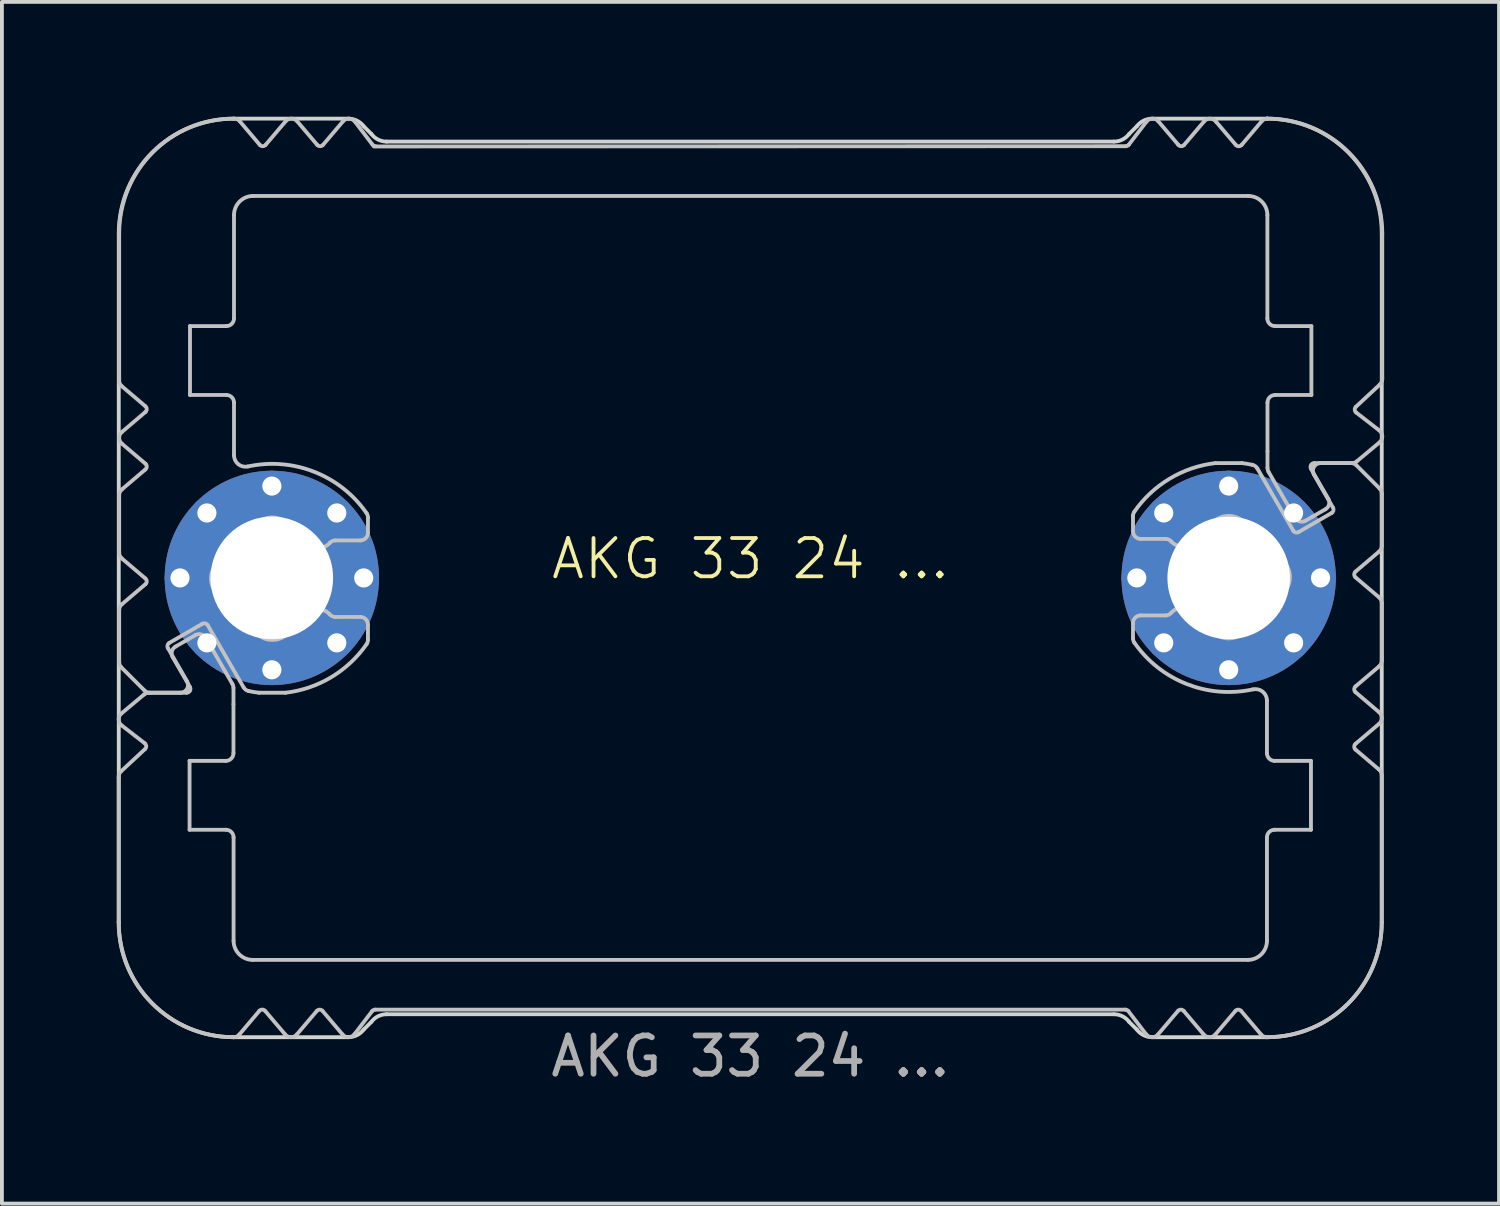
<source format=kicad_pcb>
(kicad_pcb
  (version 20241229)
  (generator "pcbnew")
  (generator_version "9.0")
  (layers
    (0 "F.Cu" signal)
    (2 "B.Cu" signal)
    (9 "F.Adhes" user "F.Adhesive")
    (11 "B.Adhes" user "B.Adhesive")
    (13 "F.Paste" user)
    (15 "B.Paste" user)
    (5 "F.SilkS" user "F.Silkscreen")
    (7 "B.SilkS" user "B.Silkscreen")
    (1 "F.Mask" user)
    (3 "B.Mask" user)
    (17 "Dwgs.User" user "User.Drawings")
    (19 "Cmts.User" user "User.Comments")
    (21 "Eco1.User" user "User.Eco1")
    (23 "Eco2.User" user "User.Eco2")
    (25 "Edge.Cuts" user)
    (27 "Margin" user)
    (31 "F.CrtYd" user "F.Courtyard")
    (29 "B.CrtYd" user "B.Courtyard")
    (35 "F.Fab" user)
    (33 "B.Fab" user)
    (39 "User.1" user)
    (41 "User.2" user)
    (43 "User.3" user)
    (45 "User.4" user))
  (footprint "AKG 33 24 ..."
    (layer "F.Cu")
    (at 16.553 12.05)
    (property "Reference" "AKG 33 24 ..." (at 0 -0.5 0) (unlocked yes) (layer "F.SilkS") (effects (font (size 1 1) (thickness 0.1))))
    (attr exclude_from_pos_files dnp)
    (fp_poly (pts (xy -9.846 -11.3) (xy 0.054 -11.3) (xy 0.054 -10) (xy -13.446 -10) (xy -13.446 -12) (xy -12.746 -11.2) (xy -11.996 -12) (xy -11.246 -11.2) (xy -10.496 -12)) (stroke (width 0.1) (type solid)) (fill yes) (layer "B.Mask"))
    (fp_poly (pts (xy -9.846 11.3) (xy 0.054 11.3) (xy 0.054 10) (xy -13.446 10) (xy -13.446 12) (xy -12.746 11.2) (xy -11.996 12) (xy -11.246 11.2) (xy -10.496 12)) (stroke (width 0.1) (type solid)) (fill yes) (layer "B.Mask"))
    (fp_poly (pts (xy 9.854 -11.3) (xy -0.046 -11.3) (xy -0.046 -10) (xy 13.454 -10) (xy 13.454 -12) (xy 12.754 -11.2) (xy 12.004 -12) (xy 11.254 -11.2) (xy 10.504 -12)) (stroke (width 0.1) (type solid)) (fill yes) (layer "B.Mask"))
    (fp_poly (pts (xy 9.854 11.3) (xy -0.046 11.3) (xy -0.046 10) (xy 13.454 10) (xy 13.454 12) (xy 12.754 11.2) (xy 12.004 12) (xy 11.254 11.2) (xy 10.504 12)) (stroke (width 0.1) (type solid)) (fill yes) (layer "B.Mask"))
    (fp_poly (pts (xy -13.546 -6.7) (xy -14.646 -6.7) (xy -14.646 -4.7) (xy -13.546 -4.7) (xy -13.546 0.1) (xy -15.646 0.1) (xy -16.446 -0.6) (xy -16.446 -2.2) (xy -15.546 -2.9) (xy -16.446 -3.7) (xy -15.646 -4.4) (xy -16.446 -5.1) (xy -16.446 -12) (xy -13.546 -12)) (stroke (width 0.1) (type solid)) (fill yes) (layer "B.Mask"))
    (fp_poly (pts (xy -13.546 6.7) (xy -14.646 6.7) (xy -14.646 4.7) (xy -13.546 4.7) (xy -13.546 0.1) (xy -15.646 0.1) (xy -16.446 0.8) (xy -16.446 2.2) (xy -15.646 3) (xy -16.446 3.7) (xy -15.646 4.4) (xy -16.446 5.1) (xy -16.446 12) (xy -13.546 12)) (stroke (width 0.1) (type solid)) (fill yes) (layer "B.Mask"))
    (fp_poly (pts (xy 13.554 -6.7) (xy 14.654 -6.7) (xy 14.654 -4.7) (xy 13.554 -4.7) (xy 13.554 -0.1) (xy 15.654 -0.1) (xy 16.454 -0.8) (xy 16.454 -2.2) (xy 15.654 -3) (xy 16.454 -3.7) (xy 15.654 -4.4) (xy 16.454 -5.1) (xy 16.454 -12) (xy 13.554 -12)) (stroke (width 0.1) (type solid)) (fill yes) (layer "B.Mask"))
    (fp_poly (pts (xy 13.554 6.7) (xy 14.654 6.7) (xy 14.654 4.7) (xy 13.554 4.7) (xy 13.554 -0.1) (xy 15.654 -0.1) (xy 16.454 0.6) (xy 16.454 2.2) (xy 15.554 2.9) (xy 16.454 3.7) (xy 15.654 4.4) (xy 16.454 5.1) (xy 16.454 12) (xy 13.554 12)) (stroke (width 0.1) (type solid)) (fill yes) (layer "B.Mask"))
    (fp_line (start -16.502 9) (end -16.502 5.214) (stroke (width 0.1) (type solid)) (layer "Dwgs.User"))
    (fp_line (start -16.489 -0.66) (end -16.489 -2.16) (stroke (width 0.1) (type solid)) (layer "Dwgs.User"))
    (fp_line (start -16.489 2.197) (end -16.489 0.84) (stroke (width 0.1) (type solid)) (layer "Dwgs.User"))
    (fp_line (start -16.489 -5.171) (end -16.489 -9) (stroke (width 0.1) (type solid)) (layer "Dwgs.User"))
    (fp_line (start -16.439 5.053) (end -15.815 4.473) (stroke (width 0.1) (type solid)) (layer "Dwgs.User"))
    (fp_line (start -16.433 3.543) (end -15.839 3.046) (stroke (width 0.1) (type solid)) (layer "Dwgs.User"))
    (fp_line (start -16.419 -3.812) (end -15.805 -4.334) (stroke (width 0.1) (type solid)) (layer "Dwgs.User"))
    (fp_line (start -16.419 -2.312) (end -15.805 -2.834) (stroke (width 0.1) (type solid)) (layer "Dwgs.User"))
    (fp_line (start -16.419 0.688) (end -15.805 0.166) (stroke (width 0.1) (type solid)) (layer "Dwgs.User"))
    (fp_line (start -15.828 2.941) (end -16.431 2.339) (stroke (width 0.1) (type solid)) (layer "Dwgs.User"))
    (fp_line (start -15.822 4.321) (end -16.425 3.853) (stroke (width 0.1) (type solid)) (layer "Dwgs.User"))
    (fp_line (start -15.805 -4.486) (end -16.419 -5.008) (stroke (width 0.1) (type solid)) (layer "Dwgs.User"))
    (fp_line (start -15.805 -2.986) (end -16.419 -3.508) (stroke (width 0.1) (type solid)) (layer "Dwgs.User"))
    (fp_line (start -15.805 0.014) (end -16.419 -0.508) (stroke (width 0.1) (type solid)) (layer "Dwgs.User"))
    (fp_line (start -15.71 3) (end -14.727 3) (stroke (width 0.1) (type solid)) (layer "Dwgs.User"))
    (fp_line (start -15.216 1.834) (end -14.716 2.7) (stroke (width 0.1) (type solid)) (layer "Dwgs.User"))
    (fp_line (start -15.018 1.795) (end -14.683 1.602) (stroke (width 0.1) (type solid)) (layer "Dwgs.User"))
    (fp_line (start -14.889 3) (end -15.686 3) (stroke (width 0.1) (type solid)) (layer "Dwgs.User"))
    (fp_line (start -14.683 1.602) (end -14.499 1.495) (stroke (width 0.1) (type solid)) (layer "Dwgs.User"))
    (fp_line (start -14.65 4.78) (end -14.65 6.58) (stroke (width 0.1) (type solid)) (layer "Dwgs.User"))
    (fp_line (start -14.65 6.58) (end -13.7 6.58) (stroke (width 0.1) (type solid)) (layer "Dwgs.User"))
    (fp_line (start -14.64 2.85) (end -15.092 2.068) (stroke (width 0.1) (type solid)) (layer "Dwgs.User"))
    (fp_line (start -14.639 -6.58) (end -14.639 -4.78) (stroke (width 0.1) (type solid)) (layer "Dwgs.User"))
    (fp_line (start -14.639 -4.78) (end -13.689 -4.78) (stroke (width 0.1) (type solid)) (layer "Dwgs.User"))
    (fp_line (start -14.313 1.197) (end -15.179 1.697) (stroke (width 0.1) (type solid)) (layer "Dwgs.User"))
    (fp_line (start -14.225 1.568) (end -13.53 2.773) (stroke (width 0.1) (type solid)) (layer "Dwgs.User"))
    (fp_line (start -13.703 4.78) (end -14.65 4.78) (stroke (width 0.1) (type solid)) (layer "Dwgs.User"))
    (fp_line (start -13.689 -6.58) (end -14.639 -6.58) (stroke (width 0.1) (type solid)) (layer "Dwgs.User"))
    (fp_line (start -13.503 2.873) (end -13.503 3.3) (stroke (width 0.1) (type solid)) (layer "Dwgs.User"))
    (fp_line (start -13.503 3.305) (end -13.503 4.58) (stroke (width 0.1) (type solid)) (layer "Dwgs.User"))
    (fp_line (start -13.502 12) (end -13.502 12) (stroke (width 0.1) (type solid)) (layer "Dwgs.User"))
    (fp_line (start -13.501 12) (end -13.502 12) (stroke (width 0.1) (type solid)) (layer "Dwgs.User"))
    (fp_line (start -13.5 6.78) (end -13.5 9.48) (stroke (width 0.1) (type solid)) (layer "Dwgs.User"))
    (fp_line (start -13.489 -9.48) (end -13.489 -6.78) (stroke (width 0.1) (type solid)) (layer "Dwgs.User"))
    (fp_line (start -13.489 -4.58) (end -13.489 -3.205) (stroke (width 0.1) (type solid)) (layer "Dwgs.User"))
    (fp_line (start -13.336 -11.929) (end -12.815 -11.315) (stroke (width 0.1) (type solid)) (layer "Dwgs.User"))
    (fp_line (start -13.238 2.86) (end -14.177 1.234) (stroke (width 0.1) (type solid)) (layer "Dwgs.User"))
    (fp_line (start -13 9.98) (end 13 9.98) (stroke (width 0.1) (type solid)) (layer "Dwgs.User"))
    (fp_line (start -12.829 11.315) (end -13.349 11.929) (stroke (width 0.1) (type solid)) (layer "Dwgs.User"))
    (fp_line (start -12.663 -11.315) (end -12.142 -11.929) (stroke (width 0.1) (type solid)) (layer "Dwgs.User"))
    (fp_line (start -12.164 11.914) (end -12.674 11.315) (stroke (width 0.1) (type solid)) (layer "Dwgs.User"))
    (fp_line (start -12.143 3) (end -12.835 3) (stroke (width 0.1) (type solid)) (layer "Dwgs.User"))
    (fp_line (start -11.837 -11.929) (end -11.315 -11.315) (stroke (width 0.1) (type solid)) (layer "Dwgs.User"))
    (fp_line (start -11.326 11.315) (end -11.848 11.929) (stroke (width 0.1) (type solid)) (layer "Dwgs.User"))
    (fp_line (start -11.163 -11.315) (end -10.642 -11.929) (stroke (width 0.1) (type solid)) (layer "Dwgs.User"))
    (fp_line (start -10.838 1.02) (end -10.189 1.02) (stroke (width 0.1) (type solid)) (layer "Dwgs.User"))
    (fp_line (start -10.653 11.929) (end -11.174 11.315) (stroke (width 0.1) (type solid)) (layer "Dwgs.User"))
    (fp_line (start -10.33 -11.922) (end -9.869 -11.319) (stroke (width 0.1) (type solid)) (layer "Dwgs.User"))
    (fp_line (start -10.189 -0.98) (end -10.838 -0.98) (stroke (width 0.1) (type solid)) (layer "Dwgs.User"))
    (fp_line (start -9.989 -1.577) (end -9.989 -1.18) (stroke (width 0.1) (type solid)) (layer "Dwgs.User"))
    (fp_line (start -9.989 1.22) (end -9.989 1.617) (stroke (width 0.1) (type solid)) (layer "Dwgs.User"))
    (fp_line (start -9.879 11.319) (end -10.341 11.922) (stroke (width 0.1) (type solid)) (layer "Dwgs.User"))
    (fp_line (start -9.833 -11.273) (end 9.811 -11.28) (stroke (width 0.1) (type solid)) (layer "Dwgs.User"))
    (fp_line (start 9.8 11.28) (end -9.8 11.28) (stroke (width 0.1) (type solid)) (layer "Dwgs.User"))
    (fp_line (start 9.89 -11.319) (end 10.352 -11.922) (stroke (width 0.1) (type solid)) (layer "Dwgs.User"))
    (fp_line (start 10 -1.22) (end 10 -1.617) (stroke (width 0.1) (type solid)) (layer "Dwgs.User"))
    (fp_line (start 10 1.577) (end 10 1.18) (stroke (width 0.1) (type solid)) (layer "Dwgs.User"))
    (fp_line (start 10.2 0.98) (end 10.849 0.98) (stroke (width 0.1) (type solid)) (layer "Dwgs.User"))
    (fp_line (start 10.341 11.922) (end 9.879 11.319) (stroke (width 0.1) (type solid)) (layer "Dwgs.User"))
    (fp_line (start 10.663 -11.929) (end 11.185 -11.315) (stroke (width 0.1) (type solid)) (layer "Dwgs.User"))
    (fp_line (start 10.849 -1.02) (end 10.2 -1.02) (stroke (width 0.1) (type solid)) (layer "Dwgs.User"))
    (fp_line (start 11.174 11.315) (end 10.652 11.929) (stroke (width 0.1) (type solid)) (layer "Dwgs.User"))
    (fp_line (start 11.337 -11.315) (end 11.858 -11.929) (stroke (width 0.1) (type solid)) (layer "Dwgs.User"))
    (fp_line (start 11.847 11.929) (end 11.326 11.315) (stroke (width 0.1) (type solid)) (layer "Dwgs.User"))
    (fp_line (start 12.154 -3) (end 12.846 -3) (stroke (width 0.1) (type solid)) (layer "Dwgs.User"))
    (fp_line (start 12.175 -11.914) (end 12.685 -11.315) (stroke (width 0.1) (type solid)) (layer "Dwgs.User"))
    (fp_line (start 12.674 11.315) (end 12.152 11.929) (stroke (width 0.1) (type solid)) (layer "Dwgs.User"))
    (fp_line (start 12.84 -11.315) (end 13.36 -11.929) (stroke (width 0.1) (type solid)) (layer "Dwgs.User"))
    (fp_line (start 13.011 -9.98) (end -12.989 -9.98) (stroke (width 0.1) (type solid)) (layer "Dwgs.User"))
    (fp_line (start 13.249 -2.86) (end 14.188 -1.234) (stroke (width 0.1) (type solid)) (layer "Dwgs.User"))
    (fp_line (start 13.346 11.929) (end 12.826 11.315) (stroke (width 0.1) (type solid)) (layer "Dwgs.User"))
    (fp_line (start 13.5 4.58) (end 13.5 3.205) (stroke (width 0.1) (type solid)) (layer "Dwgs.User"))
    (fp_line (start 13.5 9.48) (end 13.5 6.78) (stroke (width 0.1) (type solid)) (layer "Dwgs.User"))
    (fp_line (start 13.511 -6.78) (end 13.511 -9.48) (stroke (width 0.1) (type solid)) (layer "Dwgs.User"))
    (fp_line (start 13.512 -12) (end 13.512 -12) (stroke (width 0.1) (type solid)) (layer "Dwgs.User"))
    (fp_line (start 13.512 -12) (end 13.513 -12) (stroke (width 0.1) (type solid)) (layer "Dwgs.User"))
    (fp_line (start 13.514 -3.305) (end 13.514 -4.58) (stroke (width 0.1) (type solid)) (layer "Dwgs.User"))
    (fp_line (start 13.514 -2.873) (end 13.514 -3.3) (stroke (width 0.1) (type solid)) (layer "Dwgs.User"))
    (fp_line (start 13.7 6.58) (end 14.65 6.58) (stroke (width 0.1) (type solid)) (layer "Dwgs.User"))
    (fp_line (start 13.714 -4.78) (end 14.661 -4.78) (stroke (width 0.1) (type solid)) (layer "Dwgs.User"))
    (fp_line (start 14.236 -1.568) (end 13.541 -2.773) (stroke (width 0.1) (type solid)) (layer "Dwgs.User"))
    (fp_line (start 14.324 -1.197) (end 15.19 -1.697) (stroke (width 0.1) (type solid)) (layer "Dwgs.User"))
    (fp_line (start 14.65 4.78) (end 13.7 4.78) (stroke (width 0.1) (type solid)) (layer "Dwgs.User"))
    (fp_line (start 14.65 6.58) (end 14.65 4.78) (stroke (width 0.1) (type solid)) (layer "Dwgs.User"))
    (fp_line (start 14.651 -2.85) (end 15.102 -2.068) (stroke (width 0.1) (type solid)) (layer "Dwgs.User"))
    (fp_line (start 14.661 -6.58) (end 13.711 -6.58) (stroke (width 0.1) (type solid)) (layer "Dwgs.User"))
    (fp_line (start 14.661 -4.78) (end 14.661 -6.58) (stroke (width 0.1) (type solid)) (layer "Dwgs.User"))
    (fp_line (start 14.694 -1.602) (end 14.509 -1.495) (stroke (width 0.1) (type solid)) (layer "Dwgs.User"))
    (fp_line (start 14.9 -3) (end 15.697 -3) (stroke (width 0.1) (type solid)) (layer "Dwgs.User"))
    (fp_line (start 15.029 -1.795) (end 14.694 -1.602) (stroke (width 0.1) (type solid)) (layer "Dwgs.User"))
    (fp_line (start 15.227 -1.834) (end 14.727 -2.7) (stroke (width 0.1) (type solid)) (layer "Dwgs.User"))
    (fp_line (start 15.721 -3) (end 14.738 -3) (stroke (width 0.1) (type solid)) (layer "Dwgs.User"))
    (fp_line (start 15.815 -0.014) (end 16.429 0.508) (stroke (width 0.1) (type solid)) (layer "Dwgs.User"))
    (fp_line (start 15.815 2.986) (end 16.429 3.508) (stroke (width 0.1) (type solid)) (layer "Dwgs.User"))
    (fp_line (start 15.815 4.486) (end 16.429 5.008) (stroke (width 0.1) (type solid)) (layer "Dwgs.User"))
    (fp_line (start 15.832 -4.321) (end 16.436 -3.853) (stroke (width 0.1) (type solid)) (layer "Dwgs.User"))
    (fp_line (start 15.839 -2.941) (end 16.441 -2.339) (stroke (width 0.1) (type solid)) (layer "Dwgs.User"))
    (fp_line (start 16.429 -0.688) (end 15.815 -0.166) (stroke (width 0.1) (type solid)) (layer "Dwgs.User"))
    (fp_line (start 16.429 2.312) (end 15.815 2.834) (stroke (width 0.1) (type solid)) (layer "Dwgs.User"))
    (fp_line (start 16.429 3.812) (end 15.815 4.334) (stroke (width 0.1) (type solid)) (layer "Dwgs.User"))
    (fp_line (start 16.443 -3.543) (end 15.849 -3.047) (stroke (width 0.1) (type solid)) (layer "Dwgs.User"))
    (fp_line (start 16.45 -5.053) (end 15.826 -4.473) (stroke (width 0.1) (type solid)) (layer "Dwgs.User"))
    (fp_line (start 16.5 5.171) (end 16.499 9) (stroke (width 0.1) (type solid)) (layer "Dwgs.User"))
    (fp_line (start 16.5 -2.197) (end 16.5 -0.84) (stroke (width 0.1) (type solid)) (layer "Dwgs.User"))
    (fp_line (start 16.5 0.66) (end 16.5 2.16) (stroke (width 0.1) (type solid)) (layer "Dwgs.User"))
    (fp_line (start 16.513 -9) (end 16.513 -5.215) (stroke (width 0.1) (type solid)) (layer "Dwgs.User"))
    (fp_arc (start -16.502431 5.214496) (mid -16.48921 5.126511) (end -16.439103 5.05299) (stroke (width 0.1) (type solid)) (layer "Dwgs.User"))
    (fp_arc (start -16.48919 -2.16003) (mid -16.470691 -2.24403) (end -16.418628 -2.312496) (stroke (width 0.1) (type solid)) (layer "Dwgs.User"))
    (fp_arc (start -16.48919 0.83997) (mid -16.470691 0.75597) (end -16.418628 0.687504) (stroke (width 0.1) (type solid)) (layer "Dwgs.User"))
    (fp_arc (start -16.488629 -9.00003) (mid -15.609776 -11.121528) (end -13.488132 -12.00003) (stroke (width 0.1) (type solid)) (layer "Dwgs.User"))
    (fp_arc (start -16.430611 2.338548) (mid -16.473952 2.273658) (end -16.48919 2.197127) (stroke (width 0.1) (type solid)) (layer "Dwgs.User"))
    (fp_arc (start -16.425499 3.853059) (mid -16.502937 3.699538) (end -16.432592 3.542641) (stroke (width 0.1) (type solid)) (layer "Dwgs.User"))
    (fp_arc (start -16.418628 -5.007564) (mid -16.473021 -5.081251) (end -16.488863 -5.171459) (stroke (width 0.1) (type solid)) (layer "Dwgs.User"))
    (fp_arc (start -16.418628 -3.507564) (mid -16.489188 -3.66003) (end -16.418628 -3.812496) (stroke (width 0.1) (type solid)) (layer "Dwgs.User"))
    (fp_arc (start -16.418628 -0.507564) (mid -16.470694 -0.576029) (end -16.48919 -0.66003) (stroke (width 0.1) (type solid)) (layer "Dwgs.User"))
    (fp_arc (start -15.838668 3.046481) (mid -15.778648 3.011946) (end -15.710445 2.99997) (stroke (width 0.1) (type solid)) (layer "Dwgs.User"))
    (fp_arc (start -15.821739 4.320925) (mid -15.783088 4.395508) (end -15.814937 4.473239) (stroke (width 0.1) (type solid)) (layer "Dwgs.User"))
    (fp_arc (start -15.804583 -4.486263) (mid -15.769295 -4.41003) (end -15.804583 -4.333797) (stroke (width 0.1) (type solid)) (layer "Dwgs.User"))
    (fp_arc (start -15.804583 -2.986263) (mid -15.769295 -2.91003) (end -15.804583 -2.833797) (stroke (width 0.1) (type solid)) (layer "Dwgs.User"))
    (fp_arc (start -15.804583 0.013737) (mid -15.769295 0.08997) (end -15.804583 0.166203) (stroke (width 0.1) (type solid)) (layer "Dwgs.User"))
    (fp_arc (start -15.686347 2.99997) (mid -15.762877 2.984729) (end -15.827769 2.941391) (stroke (width 0.1) (type solid)) (layer "Dwgs.User"))
    (fp_arc (start -15.215985 1.833944) (mid -15.225952 1.758068) (end -15.179382 1.697342) (stroke (width 0.1) (type solid)) (layer "Dwgs.User"))
    (fp_arc (start -15.091514 2.068343) (mid -15.111468 1.916586) (end -15.018309 1.795138) (stroke (width 0.1) (type solid)) (layer "Dwgs.User"))
    (fp_arc (start -14.715985 2.69997) (mid -14.715978 2.899974) (end -14.88919 2.99997) (stroke (width 0.1) (type solid)) (layer "Dwgs.User"))
    (fp_arc (start -14.640241 2.84997) (mid -14.640233 2.949974) (end -14.726844 2.99997) (stroke (width 0.1) (type solid)) (layer "Dwgs.User"))
    (fp_arc (start -14.498694 1.495138) (mid -14.346932 1.475166) (end -14.225489 1.568343) (stroke (width 0.1) (type solid)) (layer "Dwgs.User"))
    (fp_arc (start -14.313357 1.197342) (mid -14.237484 1.187387) (end -14.176754 1.233944) (stroke (width 0.1) (type solid)) (layer "Dwgs.User"))
    (fp_arc (start -13.700049 6.57997) (mid -13.558651 6.638572) (end -13.500049 6.77997) (stroke (width 0.1) (type solid)) (layer "Dwgs.User"))
    (fp_arc (start -13.68919 -4.78003) (mid -13.547772 -4.721448) (end -13.48919 -4.58003) (stroke (width 0.1) (type solid)) (layer "Dwgs.User"))
    (fp_arc (start -13.65419 -0.556897) (mid -13.408426 -0.899266) (end -13.066057 -1.14503) (stroke (width 0.1) (type solid)) (layer "Dwgs.User"))
    (fp_arc (start -13.65419 0.596836) (mid -14.08919 0.019969) (end -13.65419 -0.556897) (stroke (width 0.1) (type solid)) (layer "Dwgs.User"))
    (fp_arc (start -13.529787 2.773333) (mid -13.509797 2.821567) (end -13.502992 2.873333) (stroke (width 0.1) (type solid)) (layer "Dwgs.User"))
    (fp_arc (start -13.502992 4.57997) (mid -13.561565 4.721397) (end -13.702992 4.77997) (stroke (width 0.1) (type solid)) (layer "Dwgs.User"))
    (fp_arc (start -13.501935 11.99997) (mid -15.623559 11.121448) (end -16.502431 8.99997) (stroke (width 0.1) (type solid)) (layer "Dwgs.User"))
    (fp_arc (start -13.48919 -9.48003) (mid -13.342738 -9.833578) (end -12.98919 -9.98003) (stroke (width 0.1) (type solid)) (layer "Dwgs.User"))
    (fp_arc (start -13.48919 -6.78003) (mid -13.547762 -6.638602) (end -13.68919 -6.58003) (stroke (width 0.1) (type solid)) (layer "Dwgs.User"))
    (fp_arc (start -13.488132 -12.00003) (mid -13.404059 -11.98147) (end -13.335563 -11.929306) (stroke (width 0.1) (type solid)) (layer "Dwgs.User"))
    (fp_arc (start -13.349192 11.929246) (mid -13.417408 11.9813) (end -13.501161 11.999969) (stroke (width 0.1) (type solid)) (layer "Dwgs.User"))
    (fp_arc (start -13.125554 -2.911761) (mid -13.377487 -2.97138) (end -13.48919 -3.204934) (stroke (width 0.1) (type solid)) (layer "Dwgs.User"))
    (fp_arc (start -13.125554 -2.911761) (mid -11.390142 -2.771458) (end -10.024904 -1.690965) (stroke (width 0.1) (type solid)) (layer "Dwgs.User"))
    (fp_arc (start -13.105732 2.955932) (mid -13.181984 2.922143) (end -13.237834 2.860201) (stroke (width 0.1) (type solid)) (layer "Dwgs.User"))
    (fp_arc (start -13.066057 -1.14503) (mid -12.48919 -1.58003) (end -11.912323 -1.14503) (stroke (width 0.1) (type solid)) (layer "Dwgs.User"))
    (fp_arc (start -13.066057 1.18497) (mid -13.40843 0.939209) (end -13.65419 0.596836) (stroke (width 0.1) (type solid)) (layer "Dwgs.User"))
    (fp_arc (start -13.000049 9.97997) (mid -13.353577 9.833498) (end -13.500049 9.47997) (stroke (width 0.1) (type solid)) (layer "Dwgs.User"))
    (fp_arc (start -12.835022 2.99997) (mid -12.970881 2.981048) (end -13.105732 2.955932) (stroke (width 0.1) (type solid)) (layer "Dwgs.User"))
    (fp_arc (start -12.829121 11.315332) (mid -12.751541 11.278264) (end -12.673885 11.315171) (stroke (width 0.1) (type solid)) (layer "Dwgs.User"))
    (fp_arc (start -12.662951 -11.315318) (mid -12.739181 -11.280019) (end -12.815417 -11.315305) (stroke (width 0.1) (type solid)) (layer "Dwgs.User"))
    (fp_arc (start -12.141667 -11.929455) (mid -11.98919 -12.000029) (end -11.836712 -11.929455) (stroke (width 0.1) (type solid)) (layer "Dwgs.User"))
    (fp_arc (start -11.912323 -1.14503) (mid -11.730199 -1.035459) (end -11.568362 -0.897677) (stroke (width 0.1) (type solid)) (layer "Dwgs.User"))
    (fp_arc (start -11.912323 1.18497) (mid -12.48919 1.61997) (end -13.066057 1.18497) (stroke (width 0.1) (type solid)) (layer "Dwgs.User"))
    (fp_arc (start -11.847571 11.929394) (mid -12.009557 11.999707) (end -12.164131 11.914325) (stroke (width 0.1) (type solid)) (layer "Dwgs.User"))
    (fp_arc (start -11.568362 0.937617) (mid -11.730203 1.075392) (end -11.912323 1.18497) (stroke (width 0.1) (type solid)) (layer "Dwgs.User"))
    (fp_arc (start -11.568362 0.937617) (mid -11.274243 0.820096) (end -10.986888 0.953303) (stroke (width 0.1) (type solid)) (layer "Dwgs.User"))
    (fp_arc (start -11.326288 11.315258) (mid -11.250049 11.27997) (end -11.17381 11.315258) (stroke (width 0.1) (type solid)) (layer "Dwgs.User"))
    (fp_arc (start -11.162951 -11.315318) (mid -11.23919 -11.28003) (end -11.315429 -11.315318) (stroke (width 0.1) (type solid)) (layer "Dwgs.User"))
    (fp_arc (start -10.986888 -0.913364) (mid -11.274244 -0.780195) (end -11.568362 -0.897677) (stroke (width 0.1) (type solid)) (layer "Dwgs.User"))
    (fp_arc (start -10.986888 -0.913364) (mid -10.919468 -0.962607) (end -10.837817 -0.98003) (stroke (width 0.1) (type solid)) (layer "Dwgs.User"))
    (fp_arc (start -10.837817 1.01997) (mid -10.919464 1.002537) (end -10.986888 0.953303) (stroke (width 0.1) (type solid)) (layer "Dwgs.User"))
    (fp_arc (start -10.641667 -11.929455) (mid -10.484216 -11.999958) (end -10.330466 -11.921713) (stroke (width 0.1) (type solid)) (layer "Dwgs.User"))
    (fp_arc (start -10.341325 11.921653) (mid -10.495076 11.999873) (end -10.652527 11.929394) (stroke (width 0.1) (type solid)) (layer "Dwgs.User"))
    (fp_arc (start -10.18919 1.01997) (mid -10.047772 1.078552) (end -9.98919 1.21997) (stroke (width 0.1) (type solid)) (layer "Dwgs.User"))
    (fp_arc (start -10.024904 -1.690965) (mid -9.998333 -1.636662) (end -9.98919 -1.576902) (stroke (width 0.1) (type solid)) (layer "Dwgs.User"))
    (fp_arc (start -10.024904 1.730904) (mid -10.947492 2.593529) (end -12.143358 2.99997) (stroke (width 0.1) (type solid)) (layer "Dwgs.User"))
    (fp_arc (start -9.98919 -1.18003) (mid -10.047762 -1.038602) (end -10.18919 -0.98003) (stroke (width 0.1) (type solid)) (layer "Dwgs.User"))
    (fp_arc (start -9.98919 1.616842) (mid -9.998317 1.676607) (end -10.024904 1.730904) (stroke (width 0.1) (type solid)) (layer "Dwgs.User"))
    (fp_arc (start -9.879411 11.319129) (mid -9.844304 11.290279) (end -9.800049 11.27997) (stroke (width 0.1) (type solid)) (layer "Dwgs.User"))
    (fp_arc (start -9.78919 -11.28003) (mid -9.83344 -11.29035) (end -9.868552 -11.319189) (stroke (width 0.1) (type solid)) (layer "Dwgs.User"))
    (fp_arc (start 9.799951 11.27997) (mid 9.844205 11.290294) (end 9.879313 11.319129) (stroke (width 0.1) (type solid)) (layer "Dwgs.User"))
    (fp_arc (start 9.890172 -11.319189) (mid 9.855062 -11.290341) (end 9.81081 -11.28003) (stroke (width 0.1) (type solid)) (layer "Dwgs.User"))
    (fp_arc (start 9.999951 -1.616902) (mid 10.009091 -1.676662) (end 10.035665 -1.730964) (stroke (width 0.1) (type solid)) (layer "Dwgs.User"))
    (fp_arc (start 9.999951 1.17997) (mid 10.058508 1.038521) (end 10.199951 0.97997) (stroke (width 0.1) (type solid)) (layer "Dwgs.User"))
    (fp_arc (start 10.035665 -1.730964) (mid 10.95825 -2.593594) (end 12.154119 -3.00003) (stroke (width 0.1) (type solid)) (layer "Dwgs.User"))
    (fp_arc (start 10.035665 1.690905) (mid 10.009083 1.636604) (end 9.999951 1.576842) (stroke (width 0.1) (type solid)) (layer "Dwgs.User"))
    (fp_arc (start 10.199951 -1.02003) (mid 10.058537 -1.078622) (end 9.999951 -1.22003) (stroke (width 0.1) (type solid)) (layer "Dwgs.User"))
    (fp_arc (start 10.352086 -11.921713) (mid 10.505833 -11.999949) (end 10.663288 -11.929455) (stroke (width 0.1) (type solid)) (layer "Dwgs.User"))
    (fp_arc (start 10.652429 11.929394) (mid 10.494997 11.999846) (end 10.341227 11.921653) (stroke (width 0.1) (type solid)) (layer "Dwgs.User"))
    (fp_arc (start 10.848578 -1.02003) (mid 10.930228 -1.002607) (end 10.997649 -0.953363) (stroke (width 0.1) (type solid)) (layer "Dwgs.User"))
    (fp_arc (start 10.997649 0.913304) (mid 10.930221 0.96252) (end 10.848578 0.97997) (stroke (width 0.1) (type solid)) (layer "Dwgs.User"))
    (fp_arc (start 10.997649 0.913304) (mid 11.285007 0.78012) (end 11.579123 0.897617) (stroke (width 0.1) (type solid)) (layer "Dwgs.User"))
    (fp_arc (start 11.173712 11.315258) (mid 11.249951 11.27997) (end 11.32619 11.315258) (stroke (width 0.1) (type solid)) (layer "Dwgs.User"))
    (fp_arc (start 11.337049 -11.315318) (mid 11.26081 -11.28003) (end 11.184571 -11.315318) (stroke (width 0.1) (type solid)) (layer "Dwgs.User"))
    (fp_arc (start 11.579123 -0.937677) (mid 11.285008 -0.820173) (end 10.997649 -0.953363) (stroke (width 0.1) (type solid)) (layer "Dwgs.User"))
    (fp_arc (start 11.579123 -0.937677) (mid 11.740962 -1.075457) (end 11.923084 -1.18503) (stroke (width 0.1) (type solid)) (layer "Dwgs.User"))
    (fp_arc (start 11.858333 -11.929455) (mid 12.020316 -11.999785) (end 12.174892 -11.914385) (stroke (width 0.1) (type solid)) (layer "Dwgs.User"))
    (fp_arc (start 11.923084 -1.18503) (mid 12.499951 -1.62003) (end 13.076818 -1.18503) (stroke (width 0.1) (type solid)) (layer "Dwgs.User"))
    (fp_arc (start 11.923084 1.14497) (mid 11.740965 1.035392) (end 11.579123 0.897617) (stroke (width 0.1) (type solid)) (layer "Dwgs.User"))
    (fp_arc (start 12.152429 11.929394) (mid 11.999951 11.99997) (end 11.847473 11.929394) (stroke (width 0.1) (type solid)) (layer "Dwgs.User"))
    (fp_arc (start 12.673712 11.315258) (mid 12.749959 11.279908) (end 12.826178 11.315245) (stroke (width 0.1) (type solid)) (layer "Dwgs.User"))
    (fp_arc (start 12.839882 -11.315392) (mid 12.762303 -11.278341) (end 12.684646 -11.315231) (stroke (width 0.1) (type solid)) (layer "Dwgs.User"))
    (fp_arc (start 12.845783 -3.00003) (mid 12.981642 -2.981106) (end 13.116493 -2.955992) (stroke (width 0.1) (type solid)) (layer "Dwgs.User"))
    (fp_arc (start 13.01081 -9.98003) (mid 13.364368 -9.833582) (end 13.51081 -9.48003) (stroke (width 0.1) (type solid)) (layer "Dwgs.User"))
    (fp_arc (start 13.076818 -1.18503) (mid 13.419179 -0.939258) (end 13.664951 -0.596896) (stroke (width 0.1) (type solid)) (layer "Dwgs.User"))
    (fp_arc (start 13.076818 1.14497) (mid 12.499951 1.57997) (end 11.923084 1.14497) (stroke (width 0.1) (type solid)) (layer "Dwgs.User"))
    (fp_arc (start 13.116493 -2.955992) (mid 13.19276 -2.922223) (end 13.248595 -2.860261) (stroke (width 0.1) (type solid)) (layer "Dwgs.User"))
    (fp_arc (start 13.136315 2.9117) (mid 11.400893 2.771423) (end 10.035665 1.690905) (stroke (width 0.1) (type solid)) (layer "Dwgs.User"))
    (fp_arc (start 13.136315 2.9117) (mid 13.388259 2.971301) (end 13.499951 3.204873) (stroke (width 0.1) (type solid)) (layer "Dwgs.User"))
    (fp_arc (start 13.359953 -11.929306) (mid 13.428162 -11.98138) (end 13.511922 -12.000029) (stroke (width 0.1) (type solid)) (layer "Dwgs.User"))
    (fp_arc (start 13.498893 11.99997) (mid 13.414817 11.981423) (end 13.346324 11.929246) (stroke (width 0.1) (type solid)) (layer "Dwgs.User"))
    (fp_arc (start 13.499951 6.77997) (mid 13.558508 6.638521) (end 13.699951 6.57997) (stroke (width 0.1) (type solid)) (layer "Dwgs.User"))
    (fp_arc (start 13.499951 9.47997) (mid 13.353499 9.833518) (end 12.999951 9.97997) (stroke (width 0.1) (type solid)) (layer "Dwgs.User"))
    (fp_arc (start 13.512696 -12.00003) (mid 15.634342 -11.121531) (end 16.513192 -9.00003) (stroke (width 0.1) (type solid)) (layer "Dwgs.User"))
    (fp_arc (start 13.513753 -4.58003) (mid 13.572345 -4.721413) (end 13.713753 -4.78003) (stroke (width 0.1) (type solid)) (layer "Dwgs.User"))
    (fp_arc (start 13.540548 -2.773393) (mid 13.520561 -2.821628) (end 13.513753 -2.873393) (stroke (width 0.1) (type solid)) (layer "Dwgs.User"))
    (fp_arc (start 13.664951 -0.596896) (mid 14.099993 -0.02003) (end 13.664951 0.556837) (stroke (width 0.1) (type solid)) (layer "Dwgs.User"))
    (fp_arc (start 13.664951 0.556837) (mid 13.419184 0.899202) (end 13.076818 1.14497) (stroke (width 0.1) (type solid)) (layer "Dwgs.User"))
    (fp_arc (start 13.699951 4.77997) (mid 13.558537 4.721378) (end 13.499951 4.57997) (stroke (width 0.1) (type solid)) (layer "Dwgs.User"))
    (fp_arc (start 13.71081 -6.58003) (mid 13.569393 -6.638607) (end 13.51081 -6.78003) (stroke (width 0.1) (type solid)) (layer "Dwgs.User"))
    (fp_arc (start 14.324118 -1.197402) (mid 14.248228 -1.1874) (end 14.187515 -1.234004) (stroke (width 0.1) (type solid)) (layer "Dwgs.User"))
    (fp_arc (start 14.509455 -1.495198) (mid 14.357708 -1.475259) (end 14.23625 -1.568403) (stroke (width 0.1) (type solid)) (layer "Dwgs.User"))
    (fp_arc (start 14.651002 -2.85003) (mid 14.651021 -2.950003) (end 14.737605 -3.00003) (stroke (width 0.1) (type solid)) (layer "Dwgs.User"))
    (fp_arc (start 14.726746 -2.70003) (mid 14.726772 -2.900014) (end 14.899951 -3.00003) (stroke (width 0.1) (type solid)) (layer "Dwgs.User"))
    (fp_arc (start 15.102275 -2.068403) (mid 15.122249 -1.916635) (end 15.02907 -1.795198) (stroke (width 0.1) (type solid)) (layer "Dwgs.User"))
    (fp_arc (start 15.226746 -1.834004) (mid 15.236734 -1.758118) (end 15.190143 -1.697402) (stroke (width 0.1) (type solid)) (layer "Dwgs.User"))
    (fp_arc (start 15.697108 -3.00003) (mid 15.773645 -2.984805) (end 15.83853 -2.941451) (stroke (width 0.1) (type solid)) (layer "Dwgs.User"))
    (fp_arc (start 15.815344 -0.013797) (mid 15.780099 -0.090019) (end 15.815344 -0.166263) (stroke (width 0.1) (type solid)) (layer "Dwgs.User"))
    (fp_arc (start 15.815344 2.986203) (mid 15.780099 2.909981) (end 15.815344 2.833737) (stroke (width 0.1) (type solid)) (layer "Dwgs.User"))
    (fp_arc (start 15.815344 4.486203) (mid 15.780099 4.409981) (end 15.815344 4.333737) (stroke (width 0.1) (type solid)) (layer "Dwgs.User"))
    (fp_arc (start 15.8325 -4.320985) (mid 15.793893 -4.395559) (end 15.825698 -4.473299) (stroke (width 0.1) (type solid)) (layer "Dwgs.User"))
    (fp_arc (start 15.849429 -3.046541) (mid 15.789406 -3.01201) (end 15.721206 -3.00003) (stroke (width 0.1) (type solid)) (layer "Dwgs.User"))
    (fp_arc (start 16.429389 0.507504) (mid 16.481453 0.57597) (end 16.499951 0.65997) (stroke (width 0.1) (type solid)) (layer "Dwgs.User"))
    (fp_arc (start 16.429389 3.507504) (mid 16.499991 3.659981) (end 16.429389 3.812436) (stroke (width 0.1) (type solid)) (layer "Dwgs.User"))
    (fp_arc (start 16.429389 5.007504) (mid 16.483796 5.081185) (end 16.499624 5.171399) (stroke (width 0.1) (type solid)) (layer "Dwgs.User"))
    (fp_arc (start 16.43626 -3.853119) (mid 16.513743 -3.699588) (end 16.443353 -3.542701) (stroke (width 0.1) (type solid)) (layer "Dwgs.User"))
    (fp_arc (start 16.441372 -2.338608) (mid 16.484711 -2.27372) (end 16.499951 -2.197187) (stroke (width 0.1) (type solid)) (layer "Dwgs.User"))
    (fp_arc (start 16.49939 8.99997) (mid 15.620538 11.121469) (end 13.498893 11.99997) (stroke (width 0.1) (type solid)) (layer "Dwgs.User"))
    (fp_arc (start 16.499951 -0.84003) (mid 16.481469 -0.756017) (end 16.429389 -0.687564) (stroke (width 0.1) (type solid)) (layer "Dwgs.User"))
    (fp_arc (start 16.499951 2.15997) (mid 16.481469 2.243983) (end 16.429389 2.312436) (stroke (width 0.1) (type solid)) (layer "Dwgs.User"))
    (fp_arc (start 16.513192 -5.214556) (mid 16.499916 -5.126598) (end 16.449864 -5.05305) (stroke (width 0.1) (type solid)) (layer "Dwgs.User"))
    (fp_rect (start -14.45 -6.48) (end 14.45 -4.88) (stroke (width 0.1) (type solid)) (fill no) (layer "Eco1.User"))
    (fp_rect (start -14.45 4.88) (end 14.45 6.48) (stroke (width 0.1) (type solid)) (fill no) (layer "Eco1.User"))
    (fp_line (start -16.5 -9) (end -16.5 9) (stroke (width 0.1) (type solid)) (layer "Edge.Cuts"))
    (fp_line (start -13.5 -12) (end -10.5 -12) (stroke (width 0.1) (type solid)) (layer "Edge.Cuts"))
    (fp_line (start -13.5 12) (end -10.5 12) (stroke (width 0.1) (type solid)) (layer "Edge.Cuts"))
    (fp_line (start -9.9 -11.6) (end -10.1 -11.8) (stroke (width 0.1) (type solid)) (layer "Edge.Cuts"))
    (fp_line (start -9.9 11.6) (end -10.1 11.8) (stroke (width 0.1) (type solid)) (layer "Edge.Cuts"))
    (fp_line (start -9.5 11.4) (end 9.5 11.4) (stroke (width 0.1) (type solid)) (layer "Edge.Cuts"))
    (fp_line (start -9.5 -11.4) (end 9.5 -11.4) (stroke (width 0.1) (type solid)) (layer "Edge.Cuts"))
    (fp_line (start 9.9 -11.6) (end 10.1 -11.8) (stroke (width 0.1) (type solid)) (layer "Edge.Cuts"))
    (fp_line (start 9.9 11.6) (end 10.1 11.8) (stroke (width 0.1) (type solid)) (layer "Edge.Cuts"))
    (fp_line (start 13.5 -12) (end 10.5 -12) (stroke (width 0.1) (type solid)) (layer "Edge.Cuts"))
    (fp_line (start 13.5 12) (end 10.5 12) (stroke (width 0.1) (type solid)) (layer "Edge.Cuts"))
    (fp_line (start 16.5 -9) (end 16.5 9) (stroke (width 0.1) (type solid)) (layer "Edge.Cuts"))
    (fp_arc (start -16.5 -9) (mid -15.62132 -11.12132) (end -13.5 -12) (stroke (width 0.1) (type solid)) (layer "Edge.Cuts"))
    (fp_arc (start -13.5 12) (mid -15.62132 11.12132) (end -16.5 9) (stroke (width 0.1) (type solid)) (layer "Edge.Cuts"))
    (fp_arc (start -10.5 -12) (mid -10.276393 -11.947214) (end -10.1 -11.8) (stroke (width 0.1) (type solid)) (layer "Edge.Cuts"))
    (fp_arc (start -10.1 11.8) (mid -10.276393 11.947214) (end -10.5 12) (stroke (width 0.1) (type solid)) (layer "Edge.Cuts"))
    (fp_arc (start -9.9 11.6) (mid -9.723607 11.452786) (end -9.5 11.4) (stroke (width 0.1) (type solid)) (layer "Edge.Cuts"))
    (fp_arc (start -9.5 -11.4) (mid -9.723607 -11.452786) (end -9.9 -11.6) (stroke (width 0.1) (type solid)) (layer "Edge.Cuts"))
    (fp_arc (start 9.5 11.4) (mid 9.723607 11.452786) (end 9.9 11.6) (stroke (width 0.1) (type solid)) (layer "Edge.Cuts"))
    (fp_arc (start 9.9 -11.6) (mid 9.723607 -11.452786) (end 9.5 -11.4) (stroke (width 0.1) (type solid)) (layer "Edge.Cuts"))
    (fp_arc (start 10.1 -11.8) (mid 10.276393 -11.947214) (end 10.5 -12) (stroke (width 0.1) (type solid)) (layer "Edge.Cuts"))
    (fp_arc (start 10.5 12) (mid 10.276393 11.947214) (end 10.1 11.8) (stroke (width 0.1) (type solid)) (layer "Edge.Cuts"))
    (fp_arc (start 13.5 -12) (mid 15.62132 -11.12132) (end 16.5 -9) (stroke (width 0.1) (type solid)) (layer "Edge.Cuts"))
    (fp_arc (start 16.5 9) (mid 15.62132 11.12132) (end 13.5 12) (stroke (width 0.1) (type solid)) (layer "Edge.Cuts"))
    (fp_text user "${REFERENCE}" (at 0 12.5 0) (layer "F.Fab") (effects (font (size 1 1) (thickness 0.15))))
    (pad "1" thru_hole circle (at -14.9 0) (size 0.8 0.8) (drill 0.5) (layers "*.Cu" "*.Mask"))
    (pad "1" thru_hole circle (at -14.197 -1.697) (size 0.8 0.8) (drill 0.5) (layers "*.Cu" "*.Mask"))
    (pad "1" thru_hole circle (at -14.197 1.697) (size 0.8 0.8) (drill 0.5) (layers "*.Cu" "*.Mask"))
    (pad "1" thru_hole circle (at -12.5 -2.4) (size 0.8 0.8) (drill 0.5) (layers "*.Cu" "*.Mask"))
    (pad "1" thru_hole circle (at -12.5 0) (size 5.6 5.6) (drill 3.2) (layers "*.Cu" "*.Mask"))
    (pad "1" thru_hole circle (at -12.5 2.4) (size 0.8 0.8) (drill 0.5) (layers "*.Cu" "*.Mask"))
    (pad "1" thru_hole circle (at -10.803 -1.697) (size 0.8 0.8) (drill 0.5) (layers "*.Cu" "*.Mask"))
    (pad "1" thru_hole circle (at -10.803 1.697) (size 0.8 0.8) (drill 0.5) (layers "*.Cu" "*.Mask"))
    (pad "1" thru_hole circle (at -10.1 0) (size 0.8 0.8) (drill 0.5) (layers "*.Cu" "*.Mask"))
    (pad "1" thru_hole circle (at 10.1 0) (size 0.8 0.8) (drill 0.5) (layers "*.Cu" "*.Mask"))
    (pad "1" thru_hole circle (at 10.803 -1.697) (size 0.8 0.8) (drill 0.5) (layers "*.Cu" "*.Mask"))
    (pad "1" thru_hole circle (at 10.803 1.697) (size 0.8 0.8) (drill 0.5) (layers "*.Cu" "*.Mask"))
    (pad "1" thru_hole circle (at 12.5 -2.4) (size 0.8 0.8) (drill 0.5) (layers "*.Cu" "*.Mask"))
    (pad "1" thru_hole circle (at 12.5 0) (size 5.6 5.6) (drill 3.2) (layers "*.Cu" "*.Mask"))
    (pad "1" thru_hole circle (at 12.5 2.4) (size 0.8 0.8) (drill 0.5) (layers "*.Cu" "*.Mask"))
    (pad "1" thru_hole circle (at 14.197 -1.697) (size 0.8 0.8) (drill 0.5) (layers "*.Cu" "*.Mask"))
    (pad "1" thru_hole circle (at 14.197 1.697) (size 0.8 0.8) (drill 0.5) (layers "*.Cu" "*.Mask"))
    (pad "1" thru_hole circle (at 14.9 0) (size 0.8 0.8) (drill 0.5) (layers "*.Cu" "*.Mask")))
  (gr_rect
    (start -3 -3)
    (end 36.117 28.398)
    (stroke (width 0.1) (type default))
    (fill no)
    (layer "Edge.Cuts")))
</source>
